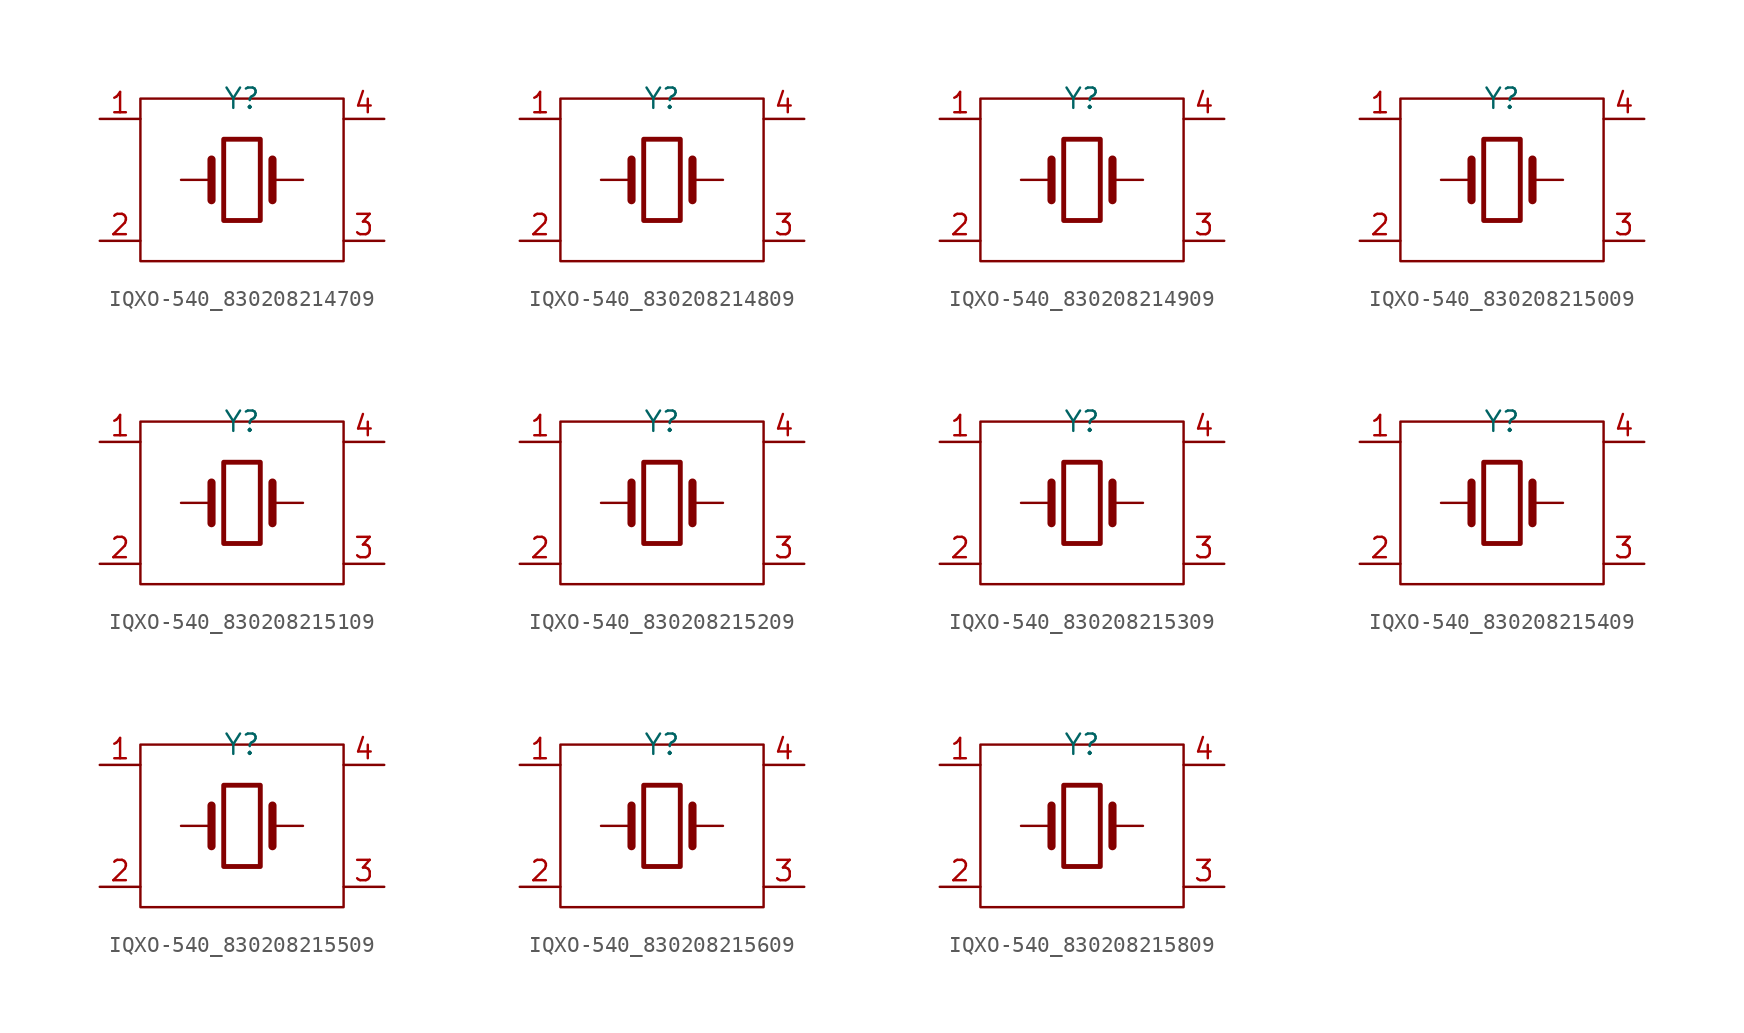
<source format=kicad_sym>
(kicad_symbol_lib
  (version 20220914)
  (generator kicad_symbol_editor)
  (symbol "IQXO-540_830208214709"
    (pin_names hide)
    (property "Reference" "Y"
      (at 0 5.08 0)
      (effects (font (size 1.27 1.27))))
    (property "Critical Parameter" ""
      (at 0 -5.08 0)
      (effects (font (size 1.27 1.27)) (justify left)))
    (symbol "IQXO-540_830208214709_0_1"
      (rectangle (start -6.35 5.08) (end 6.35 -5.08) (stroke (width 0) (type default)) (fill (type none)))
      (rectangle (start -1.143 2.54) (end 1.143 -2.54) (stroke (width 0.305) (type default)) (fill (type none)))
      (polyline (pts (xy -3.81 0) (xy -1.905 0)) (stroke (width 0) (type default)) (fill (type none)))
      (polyline (pts (xy -1.905 -1.27) (xy -1.905 1.27)) (stroke (width 0.508) (type default)) (fill (type none)))
      (polyline (pts (xy 1.905 -1.27) (xy 1.905 1.27)) (stroke (width 0.508) (type default)) (fill (type none)))
      (polyline (pts (xy 3.81 0) (xy 1.905 0)) (stroke (width 0) (type default)) (fill (type none))))
    (symbol "IQXO-540_830208214709_1_1"
      (pin passive line (at -8.89 3.81 0) (length 2.54) (name "E/D" (effects (font (size 1.27 1.27)))) (number "1" (effects (font (size 1.27 1.27)))))
      (pin passive line (at -8.89 -3.81 0) (length 2.54) (name "GND" (effects (font (size 1.27 1.27)))) (number "2" (effects (font (size 1.27 1.27)))))
      (pin passive line (at 8.89 -3.81 180) (length 2.54) (name "OUT" (effects (font (size 1.27 1.27)))) (number "3" (effects (font (size 1.27 1.27)))))
      (pin passive line (at 8.89 3.81 180) (length 2.54) (name "+VS" (effects (font (size 1.27 1.27)))) (number "4" (effects (font (size 1.27 1.27)))))))
  (symbol "IQXO-540_830208214809"
    (pin_names hide)
    (property "Reference" "Y"
      (at 0 5.08 0)
      (effects (font (size 1.27 1.27))))
    (property "Critical Parameter" ""
      (at 0 -5.08 0)
      (effects (font (size 1.27 1.27)) (justify left)))
    (symbol "IQXO-540_830208214809_0_1"
      (rectangle (start -6.35 5.08) (end 6.35 -5.08) (stroke (width 0) (type default)) (fill (type none)))
      (rectangle (start -1.143 2.54) (end 1.143 -2.54) (stroke (width 0.305) (type default)) (fill (type none)))
      (polyline (pts (xy -3.81 0) (xy -1.905 0)) (stroke (width 0) (type default)) (fill (type none)))
      (polyline (pts (xy -1.905 -1.27) (xy -1.905 1.27)) (stroke (width 0.508) (type default)) (fill (type none)))
      (polyline (pts (xy 1.905 -1.27) (xy 1.905 1.27)) (stroke (width 0.508) (type default)) (fill (type none)))
      (polyline (pts (xy 3.81 0) (xy 1.905 0)) (stroke (width 0) (type default)) (fill (type none))))
    (symbol "IQXO-540_830208214809_1_1"
      (pin passive line (at -8.89 3.81 0) (length 2.54) (name "E/D" (effects (font (size 1.27 1.27)))) (number "1" (effects (font (size 1.27 1.27)))))
      (pin passive line (at -8.89 -3.81 0) (length 2.54) (name "GND" (effects (font (size 1.27 1.27)))) (number "2" (effects (font (size 1.27 1.27)))))
      (pin passive line (at 8.89 -3.81 180) (length 2.54) (name "OUT" (effects (font (size 1.27 1.27)))) (number "3" (effects (font (size 1.27 1.27)))))
      (pin passive line (at 8.89 3.81 180) (length 2.54) (name "+VS" (effects (font (size 1.27 1.27)))) (number "4" (effects (font (size 1.27 1.27)))))))
  (symbol "IQXO-540_830208214909"
    (pin_names hide)
    (property "Reference" "Y"
      (at 0 5.08 0)
      (effects (font (size 1.27 1.27))))
    (property "Critical Parameter" ""
      (at 0 -5.08 0)
      (effects (font (size 1.27 1.27)) (justify left)))
    (symbol "IQXO-540_830208214909_0_1"
      (rectangle (start -6.35 5.08) (end 6.35 -5.08) (stroke (width 0) (type default)) (fill (type none)))
      (rectangle (start -1.143 2.54) (end 1.143 -2.54) (stroke (width 0.305) (type default)) (fill (type none)))
      (polyline (pts (xy -3.81 0) (xy -1.905 0)) (stroke (width 0) (type default)) (fill (type none)))
      (polyline (pts (xy -1.905 -1.27) (xy -1.905 1.27)) (stroke (width 0.508) (type default)) (fill (type none)))
      (polyline (pts (xy 1.905 -1.27) (xy 1.905 1.27)) (stroke (width 0.508) (type default)) (fill (type none)))
      (polyline (pts (xy 3.81 0) (xy 1.905 0)) (stroke (width 0) (type default)) (fill (type none))))
    (symbol "IQXO-540_830208214909_1_1"
      (pin passive line (at -8.89 3.81 0) (length 2.54) (name "E/D" (effects (font (size 1.27 1.27)))) (number "1" (effects (font (size 1.27 1.27)))))
      (pin passive line (at -8.89 -3.81 0) (length 2.54) (name "GND" (effects (font (size 1.27 1.27)))) (number "2" (effects (font (size 1.27 1.27)))))
      (pin passive line (at 8.89 -3.81 180) (length 2.54) (name "OUT" (effects (font (size 1.27 1.27)))) (number "3" (effects (font (size 1.27 1.27)))))
      (pin passive line (at 8.89 3.81 180) (length 2.54) (name "+VS" (effects (font (size 1.27 1.27)))) (number "4" (effects (font (size 1.27 1.27)))))))
  (symbol "IQXO-540_830208215009"
    (pin_names hide)
    (property "Reference" "Y"
      (at 0 5.08 0)
      (effects (font (size 1.27 1.27))))
    (property "Critical Parameter" ""
      (at 0 -5.08 0)
      (effects (font (size 1.27 1.27)) (justify left)))
    (symbol "IQXO-540_830208215009_0_1"
      (rectangle (start -6.35 5.08) (end 6.35 -5.08) (stroke (width 0) (type default)) (fill (type none)))
      (rectangle (start -1.143 2.54) (end 1.143 -2.54) (stroke (width 0.305) (type default)) (fill (type none)))
      (polyline (pts (xy -3.81 0) (xy -1.905 0)) (stroke (width 0) (type default)) (fill (type none)))
      (polyline (pts (xy -1.905 -1.27) (xy -1.905 1.27)) (stroke (width 0.508) (type default)) (fill (type none)))
      (polyline (pts (xy 1.905 -1.27) (xy 1.905 1.27)) (stroke (width 0.508) (type default)) (fill (type none)))
      (polyline (pts (xy 3.81 0) (xy 1.905 0)) (stroke (width 0) (type default)) (fill (type none))))
    (symbol "IQXO-540_830208215009_1_1"
      (pin passive line (at -8.89 3.81 0) (length 2.54) (name "E/D" (effects (font (size 1.27 1.27)))) (number "1" (effects (font (size 1.27 1.27)))))
      (pin passive line (at -8.89 -3.81 0) (length 2.54) (name "GND" (effects (font (size 1.27 1.27)))) (number "2" (effects (font (size 1.27 1.27)))))
      (pin passive line (at 8.89 -3.81 180) (length 2.54) (name "OUT" (effects (font (size 1.27 1.27)))) (number "3" (effects (font (size 1.27 1.27)))))
      (pin passive line (at 8.89 3.81 180) (length 2.54) (name "+VS" (effects (font (size 1.27 1.27)))) (number "4" (effects (font (size 1.27 1.27)))))))
  (symbol "IQXO-540_830208215109"
    (pin_names hide)
    (property "Reference" "Y"
      (at 0 5.08 0)
      (effects (font (size 1.27 1.27))))
    (property "Critical Parameter" ""
      (at 0 -5.08 0)
      (effects (font (size 1.27 1.27)) (justify left)))
    (symbol "IQXO-540_830208215109_0_1"
      (rectangle (start -6.35 5.08) (end 6.35 -5.08) (stroke (width 0) (type default)) (fill (type none)))
      (rectangle (start -1.143 2.54) (end 1.143 -2.54) (stroke (width 0.305) (type default)) (fill (type none)))
      (polyline (pts (xy -3.81 0) (xy -1.905 0)) (stroke (width 0) (type default)) (fill (type none)))
      (polyline (pts (xy -1.905 -1.27) (xy -1.905 1.27)) (stroke (width 0.508) (type default)) (fill (type none)))
      (polyline (pts (xy 1.905 -1.27) (xy 1.905 1.27)) (stroke (width 0.508) (type default)) (fill (type none)))
      (polyline (pts (xy 3.81 0) (xy 1.905 0)) (stroke (width 0) (type default)) (fill (type none))))
    (symbol "IQXO-540_830208215109_1_1"
      (pin passive line (at -8.89 3.81 0) (length 2.54) (name "E/D" (effects (font (size 1.27 1.27)))) (number "1" (effects (font (size 1.27 1.27)))))
      (pin passive line (at -8.89 -3.81 0) (length 2.54) (name "GND" (effects (font (size 1.27 1.27)))) (number "2" (effects (font (size 1.27 1.27)))))
      (pin passive line (at 8.89 -3.81 180) (length 2.54) (name "OUT" (effects (font (size 1.27 1.27)))) (number "3" (effects (font (size 1.27 1.27)))))
      (pin passive line (at 8.89 3.81 180) (length 2.54) (name "+VS" (effects (font (size 1.27 1.27)))) (number "4" (effects (font (size 1.27 1.27)))))))
  (symbol "IQXO-540_830208215209"
    (pin_names hide)
    (property "Reference" "Y"
      (at 0 5.08 0)
      (effects (font (size 1.27 1.27))))
    (property "Critical Parameter" ""
      (at 0 -5.08 0)
      (effects (font (size 1.27 1.27)) (justify left)))
    (symbol "IQXO-540_830208215209_0_1"
      (rectangle (start -6.35 5.08) (end 6.35 -5.08) (stroke (width 0) (type default)) (fill (type none)))
      (rectangle (start -1.143 2.54) (end 1.143 -2.54) (stroke (width 0.305) (type default)) (fill (type none)))
      (polyline (pts (xy -3.81 0) (xy -1.905 0)) (stroke (width 0) (type default)) (fill (type none)))
      (polyline (pts (xy -1.905 -1.27) (xy -1.905 1.27)) (stroke (width 0.508) (type default)) (fill (type none)))
      (polyline (pts (xy 1.905 -1.27) (xy 1.905 1.27)) (stroke (width 0.508) (type default)) (fill (type none)))
      (polyline (pts (xy 3.81 0) (xy 1.905 0)) (stroke (width 0) (type default)) (fill (type none))))
    (symbol "IQXO-540_830208215209_1_1"
      (pin passive line (at -8.89 3.81 0) (length 2.54) (name "E/D" (effects (font (size 1.27 1.27)))) (number "1" (effects (font (size 1.27 1.27)))))
      (pin passive line (at -8.89 -3.81 0) (length 2.54) (name "GND" (effects (font (size 1.27 1.27)))) (number "2" (effects (font (size 1.27 1.27)))))
      (pin passive line (at 8.89 -3.81 180) (length 2.54) (name "OUT" (effects (font (size 1.27 1.27)))) (number "3" (effects (font (size 1.27 1.27)))))
      (pin passive line (at 8.89 3.81 180) (length 2.54) (name "+VS" (effects (font (size 1.27 1.27)))) (number "4" (effects (font (size 1.27 1.27)))))))
  (symbol "IQXO-540_830208215309"
    (pin_names hide)
    (property "Reference" "Y"
      (at 0 5.08 0)
      (effects (font (size 1.27 1.27))))
    (property "Critical Parameter" ""
      (at 0 -5.08 0)
      (effects (font (size 1.27 1.27)) (justify left)))
    (symbol "IQXO-540_830208215309_0_1"
      (rectangle (start -6.35 5.08) (end 6.35 -5.08) (stroke (width 0) (type default)) (fill (type none)))
      (rectangle (start -1.143 2.54) (end 1.143 -2.54) (stroke (width 0.305) (type default)) (fill (type none)))
      (polyline (pts (xy -3.81 0) (xy -1.905 0)) (stroke (width 0) (type default)) (fill (type none)))
      (polyline (pts (xy -1.905 -1.27) (xy -1.905 1.27)) (stroke (width 0.508) (type default)) (fill (type none)))
      (polyline (pts (xy 1.905 -1.27) (xy 1.905 1.27)) (stroke (width 0.508) (type default)) (fill (type none)))
      (polyline (pts (xy 3.81 0) (xy 1.905 0)) (stroke (width 0) (type default)) (fill (type none))))
    (symbol "IQXO-540_830208215309_1_1"
      (pin passive line (at -8.89 3.81 0) (length 2.54) (name "E/D" (effects (font (size 1.27 1.27)))) (number "1" (effects (font (size 1.27 1.27)))))
      (pin passive line (at -8.89 -3.81 0) (length 2.54) (name "GND" (effects (font (size 1.27 1.27)))) (number "2" (effects (font (size 1.27 1.27)))))
      (pin passive line (at 8.89 -3.81 180) (length 2.54) (name "OUT" (effects (font (size 1.27 1.27)))) (number "3" (effects (font (size 1.27 1.27)))))
      (pin passive line (at 8.89 3.81 180) (length 2.54) (name "+VS" (effects (font (size 1.27 1.27)))) (number "4" (effects (font (size 1.27 1.27)))))))
  (symbol "IQXO-540_830208215409"
    (pin_names hide)
    (property "Reference" "Y"
      (at 0 5.08 0)
      (effects (font (size 1.27 1.27))))
    (property "Critical Parameter" ""
      (at 0 -5.08 0)
      (effects (font (size 1.27 1.27)) (justify left)))
    (symbol "IQXO-540_830208215409_0_1"
      (rectangle (start -6.35 5.08) (end 6.35 -5.08) (stroke (width 0) (type default)) (fill (type none)))
      (rectangle (start -1.143 2.54) (end 1.143 -2.54) (stroke (width 0.305) (type default)) (fill (type none)))
      (polyline (pts (xy -3.81 0) (xy -1.905 0)) (stroke (width 0) (type default)) (fill (type none)))
      (polyline (pts (xy -1.905 -1.27) (xy -1.905 1.27)) (stroke (width 0.508) (type default)) (fill (type none)))
      (polyline (pts (xy 1.905 -1.27) (xy 1.905 1.27)) (stroke (width 0.508) (type default)) (fill (type none)))
      (polyline (pts (xy 3.81 0) (xy 1.905 0)) (stroke (width 0) (type default)) (fill (type none))))
    (symbol "IQXO-540_830208215409_1_1"
      (pin passive line (at -8.89 3.81 0) (length 2.54) (name "E/D" (effects (font (size 1.27 1.27)))) (number "1" (effects (font (size 1.27 1.27)))))
      (pin passive line (at -8.89 -3.81 0) (length 2.54) (name "GND" (effects (font (size 1.27 1.27)))) (number "2" (effects (font (size 1.27 1.27)))))
      (pin passive line (at 8.89 -3.81 180) (length 2.54) (name "OUT" (effects (font (size 1.27 1.27)))) (number "3" (effects (font (size 1.27 1.27)))))
      (pin passive line (at 8.89 3.81 180) (length 2.54) (name "+VS" (effects (font (size 1.27 1.27)))) (number "4" (effects (font (size 1.27 1.27)))))))
  (symbol "IQXO-540_830208215509"
    (pin_names hide)
    (property "Reference" "Y"
      (at 0 5.08 0)
      (effects (font (size 1.27 1.27))))
    (property "Critical Parameter" ""
      (at 0 -5.08 0)
      (effects (font (size 1.27 1.27)) (justify left)))
    (symbol "IQXO-540_830208215509_0_1"
      (rectangle (start -6.35 5.08) (end 6.35 -5.08) (stroke (width 0) (type default)) (fill (type none)))
      (rectangle (start -1.143 2.54) (end 1.143 -2.54) (stroke (width 0.305) (type default)) (fill (type none)))
      (polyline (pts (xy -3.81 0) (xy -1.905 0)) (stroke (width 0) (type default)) (fill (type none)))
      (polyline (pts (xy -1.905 -1.27) (xy -1.905 1.27)) (stroke (width 0.508) (type default)) (fill (type none)))
      (polyline (pts (xy 1.905 -1.27) (xy 1.905 1.27)) (stroke (width 0.508) (type default)) (fill (type none)))
      (polyline (pts (xy 3.81 0) (xy 1.905 0)) (stroke (width 0) (type default)) (fill (type none))))
    (symbol "IQXO-540_830208215509_1_1"
      (pin passive line (at -8.89 3.81 0) (length 2.54) (name "E/D" (effects (font (size 1.27 1.27)))) (number "1" (effects (font (size 1.27 1.27)))))
      (pin passive line (at -8.89 -3.81 0) (length 2.54) (name "GND" (effects (font (size 1.27 1.27)))) (number "2" (effects (font (size 1.27 1.27)))))
      (pin passive line (at 8.89 -3.81 180) (length 2.54) (name "OUT" (effects (font (size 1.27 1.27)))) (number "3" (effects (font (size 1.27 1.27)))))
      (pin passive line (at 8.89 3.81 180) (length 2.54) (name "+VS" (effects (font (size 1.27 1.27)))) (number "4" (effects (font (size 1.27 1.27)))))))
  (symbol "IQXO-540_830208215609"
    (pin_names hide)
    (property "Reference" "Y"
      (at 0 5.08 0)
      (effects (font (size 1.27 1.27))))
    (property "Critical Parameter" ""
      (at 0 -5.08 0)
      (effects (font (size 1.27 1.27)) (justify left)))
    (symbol "IQXO-540_830208215609_0_1"
      (rectangle (start -6.35 5.08) (end 6.35 -5.08) (stroke (width 0) (type default)) (fill (type none)))
      (rectangle (start -1.143 2.54) (end 1.143 -2.54) (stroke (width 0.305) (type default)) (fill (type none)))
      (polyline (pts (xy -3.81 0) (xy -1.905 0)) (stroke (width 0) (type default)) (fill (type none)))
      (polyline (pts (xy -1.905 -1.27) (xy -1.905 1.27)) (stroke (width 0.508) (type default)) (fill (type none)))
      (polyline (pts (xy 1.905 -1.27) (xy 1.905 1.27)) (stroke (width 0.508) (type default)) (fill (type none)))
      (polyline (pts (xy 3.81 0) (xy 1.905 0)) (stroke (width 0) (type default)) (fill (type none))))
    (symbol "IQXO-540_830208215609_1_1"
      (pin passive line (at -8.89 3.81 0) (length 2.54) (name "E/D" (effects (font (size 1.27 1.27)))) (number "1" (effects (font (size 1.27 1.27)))))
      (pin passive line (at -8.89 -3.81 0) (length 2.54) (name "GND" (effects (font (size 1.27 1.27)))) (number "2" (effects (font (size 1.27 1.27)))))
      (pin passive line (at 8.89 -3.81 180) (length 2.54) (name "OUT" (effects (font (size 1.27 1.27)))) (number "3" (effects (font (size 1.27 1.27)))))
      (pin passive line (at 8.89 3.81 180) (length 2.54) (name "+VS" (effects (font (size 1.27 1.27)))) (number "4" (effects (font (size 1.27 1.27)))))))
  (symbol "IQXO-540_830208215809"
    (pin_names hide)
    (property "Reference" "Y"
      (at 0 5.08 0)
      (effects (font (size 1.27 1.27))))
    (property "Critical Parameter" ""
      (at 0 -5.08 0)
      (effects (font (size 1.27 1.27)) (justify left)))
    (symbol "IQXO-540_830208215809_0_1"
      (rectangle (start -6.35 5.08) (end 6.35 -5.08) (stroke (width 0) (type default)) (fill (type none)))
      (rectangle (start -1.143 2.54) (end 1.143 -2.54) (stroke (width 0.305) (type default)) (fill (type none)))
      (polyline (pts (xy -3.81 0) (xy -1.905 0)) (stroke (width 0) (type default)) (fill (type none)))
      (polyline (pts (xy -1.905 -1.27) (xy -1.905 1.27)) (stroke (width 0.508) (type default)) (fill (type none)))
      (polyline (pts (xy 1.905 -1.27) (xy 1.905 1.27)) (stroke (width 0.508) (type default)) (fill (type none)))
      (polyline (pts (xy 3.81 0) (xy 1.905 0)) (stroke (width 0) (type default)) (fill (type none))))
    (symbol "IQXO-540_830208215809_1_1"
      (pin passive line (at -8.89 3.81 0) (length 2.54) (name "E/D" (effects (font (size 1.27 1.27)))) (number "1" (effects (font (size 1.27 1.27)))))
      (pin passive line (at -8.89 -3.81 0) (length 2.54) (name "GND" (effects (font (size 1.27 1.27)))) (number "2" (effects (font (size 1.27 1.27)))))
      (pin passive line (at 8.89 -3.81 180) (length 2.54) (name "OUT" (effects (font (size 1.27 1.27)))) (number "3" (effects (font (size 1.27 1.27)))))
      (pin passive line (at 8.89 3.81 180) (length 2.54) (name "+VS" (effects (font (size 1.27 1.27)))) (number "4" (effects (font (size 1.27 1.27))))))))
</source>
